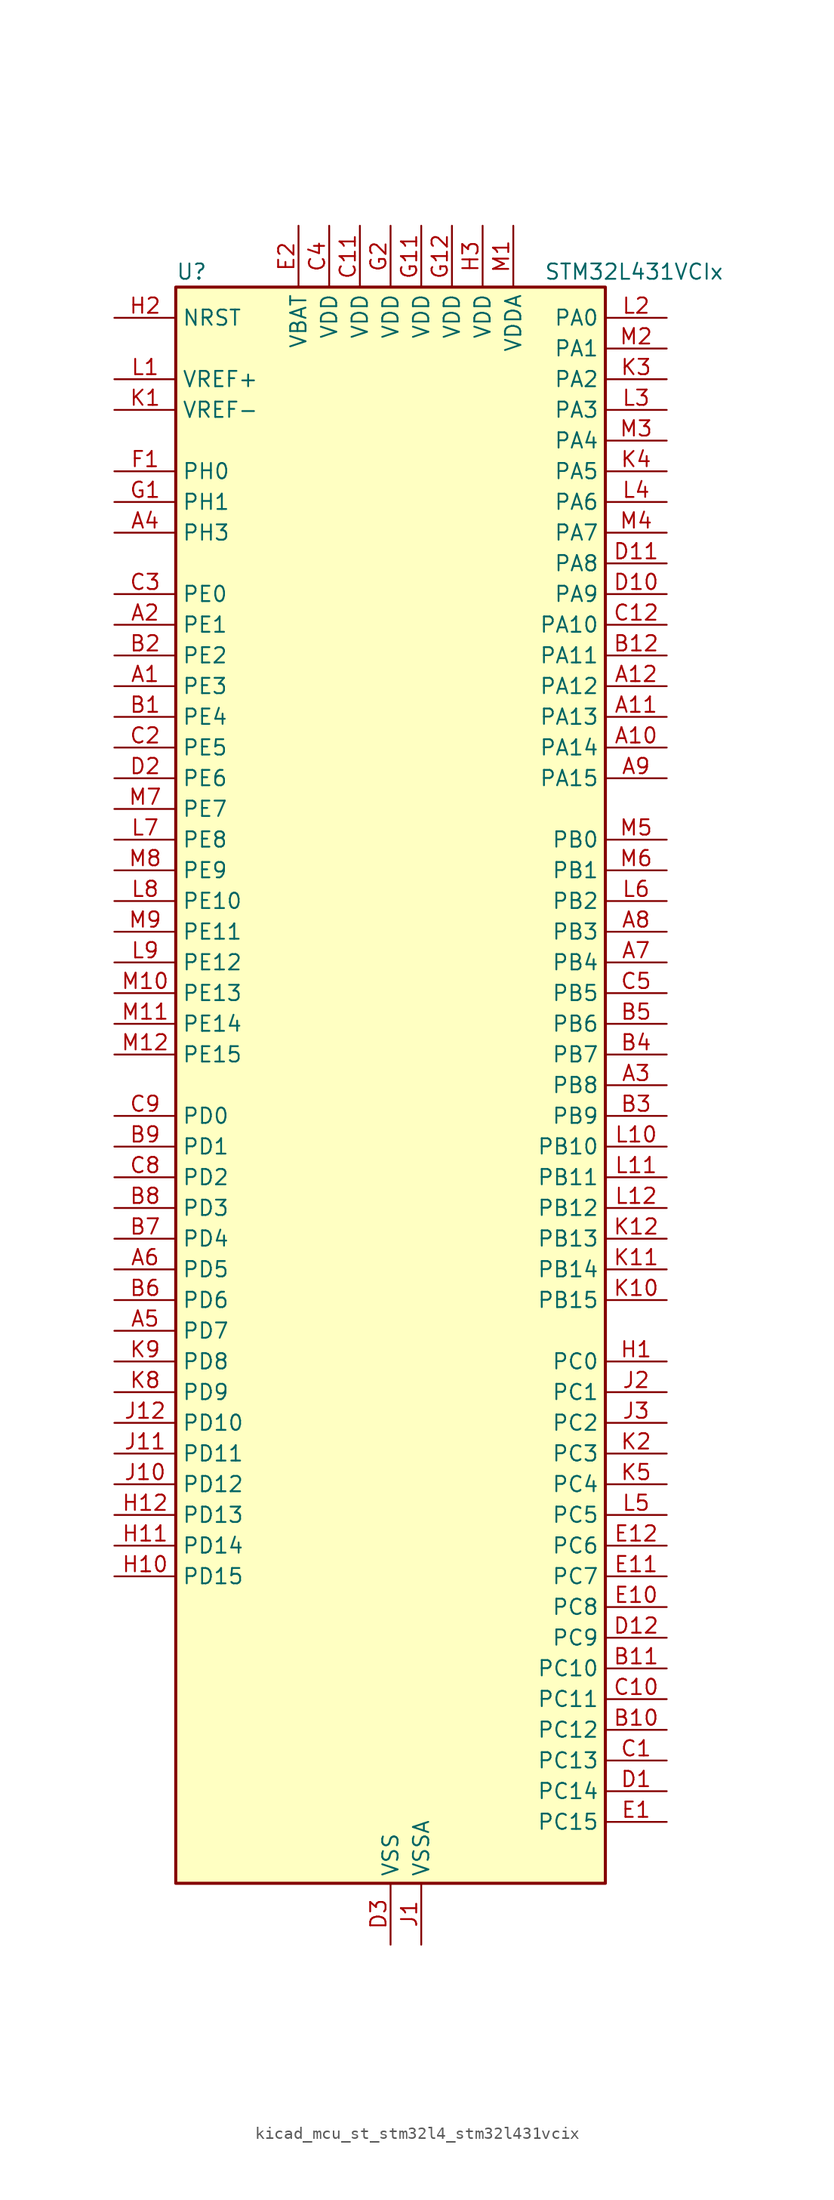
<source format=kicad_sym>
(kicad_symbol_lib
  (version 20220914)
  (generator kicad_symbol_editor)
  (symbol "kicad_mcu_st_stm32l4_stm32l431vcix"
    (property "Reference" "U"
      (at -17.78 67.31 0)
      (effects (font (size 1.27 1.27)) (justify left)))
    (property "Value" "STM32L431VCIx"
      (at 12.7 67.31 0)
      (effects (font (size 1.27 1.27)) (justify left)))
    (property "ki_locked" ""
      (at 0 0 0)
      (effects (font (size 1.27 1.27))))
    (symbol "kicad_mcu_st_stm32l4_stm32l431vcix_0_1"
      (rectangle (start -17.78 -66.04) (end 17.78 66.04) (stroke (width 0.254) (type default)) (fill (type background))))
    (symbol "kicad_mcu_st_stm32l4_stm32l431vcix_1_1"
      (pin bidirectional line (at -22.86 33.02 0) (length 5.08) (name "PE3" (effects (font (size 1.27 1.27)))) (number "A1" (effects (font (size 1.27 1.27)))) (alternate "SAI1_SD_B" bidirectional line) (alternate "SYS_TRACED0" bidirectional line) (alternate "TSC_G7_IO2" bidirectional line))
      (pin bidirectional line (at 22.86 27.94 180) (length 5.08) (name "PA14" (effects (font (size 1.27 1.27)))) (number "A10" (effects (font (size 1.27 1.27)))) (alternate "I2C1_SMBA" bidirectional line) (alternate "LPTIM1_OUT" bidirectional line) (alternate "SAI1_FS_B" bidirectional line) (alternate "SWPMI1_RX" bidirectional line) (alternate "SYS_JTCK-SWCLK" bidirectional line))
      (pin bidirectional line (at 22.86 30.48 180) (length 5.08) (name "PA13" (effects (font (size 1.27 1.27)))) (number "A11" (effects (font (size 1.27 1.27)))) (alternate "IR_OUT" bidirectional line) (alternate "SAI1_SD_B" bidirectional line) (alternate "SWPMI1_TX" bidirectional line) (alternate "SYS_JTMS-SWDIO" bidirectional line))
      (pin bidirectional line (at 22.86 33.02 180) (length 5.08) (name "PA12" (effects (font (size 1.27 1.27)))) (number "A12" (effects (font (size 1.27 1.27)))) (alternate "CAN1_TX" bidirectional line) (alternate "SPI1_MOSI" bidirectional line) (alternate "TIM1_ETR" bidirectional line) (alternate "USART1_DE" bidirectional line) (alternate "USART1_RTS" bidirectional line))
      (pin bidirectional line (at -22.86 38.1 0) (length 5.08) (name "PE1" (effects (font (size 1.27 1.27)))) (number "A2" (effects (font (size 1.27 1.27)))))
      (pin bidirectional line (at 22.86 0 180) (length 5.08) (name "PB8" (effects (font (size 1.27 1.27)))) (number "A3" (effects (font (size 1.27 1.27)))) (alternate "CAN1_RX" bidirectional line) (alternate "I2C1_SCL" bidirectional line) (alternate "SAI1_MCLK_A" bidirectional line) (alternate "SDMMC1_D4" bidirectional line) (alternate "TIM16_CH1" bidirectional line))
      (pin bidirectional line (at -22.86 45.72 0) (length 5.08) (name "PH3" (effects (font (size 1.27 1.27)))) (number "A4" (effects (font (size 1.27 1.27)))))
      (pin bidirectional line (at -22.86 -20.32 0) (length 5.08) (name "PD7" (effects (font (size 1.27 1.27)))) (number "A5" (effects (font (size 1.27 1.27)))) (alternate "QUADSPI_BK2_IO3" bidirectional line) (alternate "USART2_CK" bidirectional line))
      (pin bidirectional line (at -22.86 -15.24 0) (length 5.08) (name "PD5" (effects (font (size 1.27 1.27)))) (number "A6" (effects (font (size 1.27 1.27)))) (alternate "QUADSPI_BK2_IO1" bidirectional line) (alternate "USART2_TX" bidirectional line))
      (pin bidirectional line (at 22.86 10.16 180) (length 5.08) (name "PB4" (effects (font (size 1.27 1.27)))) (number "A7" (effects (font (size 1.27 1.27)))) (alternate "COMP2_INP" bidirectional line) (alternate "I2C3_SDA" bidirectional line) (alternate "SAI1_MCLK_B" bidirectional line) (alternate "SPI1_MISO" bidirectional line) (alternate "SPI3_MISO" bidirectional line) (alternate "SYS_JTRST" bidirectional line) (alternate "TSC_G2_IO1" bidirectional line) (alternate "USART1_CTS" bidirectional line))
      (pin bidirectional line (at 22.86 12.7 180) (length 5.08) (name "PB3" (effects (font (size 1.27 1.27)))) (number "A8" (effects (font (size 1.27 1.27)))) (alternate "COMP2_INM" bidirectional line) (alternate "SAI1_SCK_B" bidirectional line) (alternate "SPI1_SCK" bidirectional line) (alternate "SPI3_SCK" bidirectional line) (alternate "SYS_JTDO-SWO" bidirectional line) (alternate "TIM2_CH2" bidirectional line) (alternate "USART1_DE" bidirectional line) (alternate "USART1_RTS" bidirectional line))
      (pin bidirectional line (at 22.86 25.4 180) (length 5.08) (name "PA15" (effects (font (size 1.27 1.27)))) (number "A9" (effects (font (size 1.27 1.27)))) (alternate "ADC1_EXTI15" bidirectional line) (alternate "SPI1_NSS" bidirectional line) (alternate "SPI3_NSS" bidirectional line) (alternate "SWPMI1_SUSPEND" bidirectional line) (alternate "SYS_JTDI" bidirectional line) (alternate "TIM2_CH1" bidirectional line) (alternate "TIM2_ETR" bidirectional line) (alternate "TSC_G3_IO1" bidirectional line) (alternate "USART2_RX" bidirectional line) (alternate "USART3_DE" bidirectional line) (alternate "USART3_RTS" bidirectional line))
      (pin bidirectional line (at -22.86 30.48 0) (length 5.08) (name "PE4" (effects (font (size 1.27 1.27)))) (number "B1" (effects (font (size 1.27 1.27)))) (alternate "SAI1_FS_A" bidirectional line) (alternate "SYS_TRACED1" bidirectional line) (alternate "TSC_G7_IO3" bidirectional line))
      (pin bidirectional line (at 22.86 -53.34 180) (length 5.08) (name "PC12" (effects (font (size 1.27 1.27)))) (number "B10" (effects (font (size 1.27 1.27)))) (alternate "SDMMC1_CK" bidirectional line) (alternate "SPI3_MOSI" bidirectional line) (alternate "TSC_G3_IO4" bidirectional line) (alternate "USART3_CK" bidirectional line))
      (pin bidirectional line (at 22.86 -48.26 180) (length 5.08) (name "PC10" (effects (font (size 1.27 1.27)))) (number "B11" (effects (font (size 1.27 1.27)))) (alternate "SDMMC1_D2" bidirectional line) (alternate "SPI3_SCK" bidirectional line) (alternate "TSC_G3_IO2" bidirectional line) (alternate "USART3_TX" bidirectional line))
      (pin bidirectional line (at 22.86 35.56 180) (length 5.08) (name "PA11" (effects (font (size 1.27 1.27)))) (number "B12" (effects (font (size 1.27 1.27)))) (alternate "ADC1_EXTI11" bidirectional line) (alternate "CAN1_RX" bidirectional line) (alternate "COMP1_OUT" bidirectional line) (alternate "SPI1_MISO" bidirectional line) (alternate "TIM1_BKIN2" bidirectional line) (alternate "TIM1_BKIN2_COMP1" bidirectional line) (alternate "TIM1_CH4" bidirectional line) (alternate "USART1_CTS" bidirectional line))
      (pin bidirectional line (at -22.86 35.56 0) (length 5.08) (name "PE2" (effects (font (size 1.27 1.27)))) (number "B2" (effects (font (size 1.27 1.27)))) (alternate "SAI1_MCLK_A" bidirectional line) (alternate "SYS_TRACECLK" bidirectional line) (alternate "TSC_G7_IO1" bidirectional line))
      (pin bidirectional line (at 22.86 -2.54 180) (length 5.08) (name "PB9" (effects (font (size 1.27 1.27)))) (number "B3" (effects (font (size 1.27 1.27)))) (alternate "CAN1_TX" bidirectional line) (alternate "DAC1_EXTI9" bidirectional line) (alternate "I2C1_SDA" bidirectional line) (alternate "IR_OUT" bidirectional line) (alternate "SAI1_FS_A" bidirectional line) (alternate "SDMMC1_D5" bidirectional line) (alternate "SPI2_NSS" bidirectional line))
      (pin bidirectional line (at 22.86 2.54 180) (length 5.08) (name "PB7" (effects (font (size 1.27 1.27)))) (number "B4" (effects (font (size 1.27 1.27)))) (alternate "COMP2_INM" bidirectional line) (alternate "I2C1_SDA" bidirectional line) (alternate "LPTIM1_IN2" bidirectional line) (alternate "SYS_PVD_IN" bidirectional line) (alternate "TSC_G2_IO4" bidirectional line) (alternate "USART1_RX" bidirectional line))
      (pin bidirectional line (at 22.86 5.08 180) (length 5.08) (name "PB6" (effects (font (size 1.27 1.27)))) (number "B5" (effects (font (size 1.27 1.27)))) (alternate "COMP2_INP" bidirectional line) (alternate "I2C1_SCL" bidirectional line) (alternate "LPTIM1_ETR" bidirectional line) (alternate "SAI1_FS_B" bidirectional line) (alternate "TIM16_CH1N" bidirectional line) (alternate "TSC_G2_IO3" bidirectional line) (alternate "USART1_TX" bidirectional line))
      (pin bidirectional line (at -22.86 -17.78 0) (length 5.08) (name "PD6" (effects (font (size 1.27 1.27)))) (number "B6" (effects (font (size 1.27 1.27)))) (alternate "QUADSPI_BK2_IO2" bidirectional line) (alternate "SAI1_SD_A" bidirectional line) (alternate "USART2_RX" bidirectional line))
      (pin bidirectional line (at -22.86 -12.7 0) (length 5.08) (name "PD4" (effects (font (size 1.27 1.27)))) (number "B7" (effects (font (size 1.27 1.27)))) (alternate "QUADSPI_BK2_IO0" bidirectional line) (alternate "SPI2_MOSI" bidirectional line) (alternate "USART2_DE" bidirectional line) (alternate "USART2_RTS" bidirectional line))
      (pin bidirectional line (at -22.86 -10.16 0) (length 5.08) (name "PD3" (effects (font (size 1.27 1.27)))) (number "B8" (effects (font (size 1.27 1.27)))) (alternate "QUADSPI_BK2_NCS" bidirectional line) (alternate "SPI2_MISO" bidirectional line) (alternate "USART2_CTS" bidirectional line))
      (pin bidirectional line (at -22.86 -5.08 0) (length 5.08) (name "PD1" (effects (font (size 1.27 1.27)))) (number "B9" (effects (font (size 1.27 1.27)))) (alternate "CAN1_TX" bidirectional line) (alternate "SPI2_SCK" bidirectional line))
      (pin bidirectional line (at 22.86 -55.88 180) (length 5.08) (name "PC13" (effects (font (size 1.27 1.27)))) (number "C1" (effects (font (size 1.27 1.27)))) (alternate "RTC_OUT_ALARM" bidirectional line) (alternate "RTC_OUT_CALIB" bidirectional line) (alternate "RTC_TAMP1" bidirectional line) (alternate "RTC_TS" bidirectional line) (alternate "SYS_WKUP2" bidirectional line))
      (pin bidirectional line (at 22.86 -50.8 180) (length 5.08) (name "PC11" (effects (font (size 1.27 1.27)))) (number "C10" (effects (font (size 1.27 1.27)))) (alternate "ADC1_EXTI11" bidirectional line) (alternate "SDMMC1_D3" bidirectional line) (alternate "SPI3_MISO" bidirectional line) (alternate "TSC_G3_IO3" bidirectional line) (alternate "USART3_RX" bidirectional line))
      (pin power_in line (at -2.54 71.12 270) (length 5.08) (name "VDD" (effects (font (size 1.27 1.27)))) (number "C11" (effects (font (size 1.27 1.27)))))
      (pin bidirectional line (at 22.86 38.1 180) (length 5.08) (name "PA10" (effects (font (size 1.27 1.27)))) (number "C12" (effects (font (size 1.27 1.27)))) (alternate "I2C1_SDA" bidirectional line) (alternate "SAI1_SD_A" bidirectional line) (alternate "TIM1_CH3" bidirectional line) (alternate "USART1_RX" bidirectional line))
      (pin bidirectional line (at -22.86 27.94 0) (length 5.08) (name "PE5" (effects (font (size 1.27 1.27)))) (number "C2" (effects (font (size 1.27 1.27)))) (alternate "SAI1_SCK_A" bidirectional line) (alternate "SYS_TRACED2" bidirectional line) (alternate "TSC_G7_IO4" bidirectional line))
      (pin bidirectional line (at -22.86 40.64 0) (length 5.08) (name "PE0" (effects (font (size 1.27 1.27)))) (number "C3" (effects (font (size 1.27 1.27)))) (alternate "TIM16_CH1" bidirectional line))
      (pin power_in line (at -5.08 71.12 270) (length 5.08) (name "VDD" (effects (font (size 1.27 1.27)))) (number "C4" (effects (font (size 1.27 1.27)))))
      (pin bidirectional line (at 22.86 7.62 180) (length 5.08) (name "PB5" (effects (font (size 1.27 1.27)))) (number "C5" (effects (font (size 1.27 1.27)))) (alternate "COMP2_OUT" bidirectional line) (alternate "I2C1_SMBA" bidirectional line) (alternate "LPTIM1_IN1" bidirectional line) (alternate "SAI1_SD_B" bidirectional line) (alternate "SPI1_MOSI" bidirectional line) (alternate "SPI3_MOSI" bidirectional line) (alternate "TIM16_BKIN" bidirectional line) (alternate "TSC_G2_IO2" bidirectional line) (alternate "USART1_CK" bidirectional line))
      (pin bidirectional line (at -22.86 -7.62 0) (length 5.08) (name "PD2" (effects (font (size 1.27 1.27)))) (number "C8" (effects (font (size 1.27 1.27)))) (alternate "SDMMC1_CMD" bidirectional line) (alternate "TSC_SYNC" bidirectional line) (alternate "USART3_DE" bidirectional line) (alternate "USART3_RTS" bidirectional line))
      (pin bidirectional line (at -22.86 -2.54 0) (length 5.08) (name "PD0" (effects (font (size 1.27 1.27)))) (number "C9" (effects (font (size 1.27 1.27)))) (alternate "CAN1_RX" bidirectional line) (alternate "SPI2_NSS" bidirectional line))
      (pin bidirectional line (at 22.86 -58.42 180) (length 5.08) (name "PC14" (effects (font (size 1.27 1.27)))) (number "D1" (effects (font (size 1.27 1.27)))) (alternate "RCC_OSC32_IN" bidirectional line))
      (pin bidirectional line (at 22.86 40.64 180) (length 5.08) (name "PA9" (effects (font (size 1.27 1.27)))) (number "D10" (effects (font (size 1.27 1.27)))) (alternate "DAC1_EXTI9" bidirectional line) (alternate "I2C1_SCL" bidirectional line) (alternate "SAI1_FS_A" bidirectional line) (alternate "TIM15_BKIN" bidirectional line) (alternate "TIM1_CH2" bidirectional line) (alternate "USART1_TX" bidirectional line))
      (pin bidirectional line (at 22.86 43.18 180) (length 5.08) (name "PA8" (effects (font (size 1.27 1.27)))) (number "D11" (effects (font (size 1.27 1.27)))) (alternate "LPTIM2_OUT" bidirectional line) (alternate "RCC_MCO" bidirectional line) (alternate "SAI1_SCK_A" bidirectional line) (alternate "SWPMI1_IO" bidirectional line) (alternate "TIM1_CH1" bidirectional line) (alternate "USART1_CK" bidirectional line))
      (pin bidirectional line (at 22.86 -45.72 180) (length 5.08) (name "PC9" (effects (font (size 1.27 1.27)))) (number "D12" (effects (font (size 1.27 1.27)))) (alternate "DAC1_EXTI9" bidirectional line) (alternate "SDMMC1_D1" bidirectional line) (alternate "TSC_G4_IO4" bidirectional line))
      (pin bidirectional line (at -22.86 25.4 0) (length 5.08) (name "PE6" (effects (font (size 1.27 1.27)))) (number "D2" (effects (font (size 1.27 1.27)))) (alternate "RTC_TAMP3" bidirectional line) (alternate "SAI1_SD_A" bidirectional line) (alternate "SYS_TRACED3" bidirectional line) (alternate "SYS_WKUP3" bidirectional line))
      (pin power_in line (at 0 -71.12 90) (length 5.08) (name "VSS" (effects (font (size 1.27 1.27)))) (number "D3" (effects (font (size 1.27 1.27)))))
      (pin bidirectional line (at 22.86 -60.96 180) (length 5.08) (name "PC15" (effects (font (size 1.27 1.27)))) (number "E1" (effects (font (size 1.27 1.27)))) (alternate "ADC1_EXTI15" bidirectional line) (alternate "RCC_OSC32_OUT" bidirectional line))
      (pin bidirectional line (at 22.86 -43.18 180) (length 5.08) (name "PC8" (effects (font (size 1.27 1.27)))) (number "E10" (effects (font (size 1.27 1.27)))) (alternate "SDMMC1_D0" bidirectional line) (alternate "TSC_G4_IO3" bidirectional line))
      (pin bidirectional line (at 22.86 -40.64 180) (length 5.08) (name "PC7" (effects (font (size 1.27 1.27)))) (number "E11" (effects (font (size 1.27 1.27)))) (alternate "SDMMC1_D7" bidirectional line) (alternate "TSC_G4_IO2" bidirectional line))
      (pin bidirectional line (at 22.86 -38.1 180) (length 5.08) (name "PC6" (effects (font (size 1.27 1.27)))) (number "E12" (effects (font (size 1.27 1.27)))) (alternate "SDMMC1_D6" bidirectional line) (alternate "TSC_G4_IO1" bidirectional line))
      (pin power_in line (at -7.62 71.12 270) (length 5.08) (name "VBAT" (effects (font (size 1.27 1.27)))) (number "E2" (effects (font (size 1.27 1.27)))))
      (pin passive line (at 0 -71.12 90) (length 5.08) hide (name "VSS" (effects (font (size 1.27 1.27)))) (number "E3" (effects (font (size 1.27 1.27)))))
      (pin bidirectional line (at -22.86 50.8 0) (length 5.08) (name "PH0" (effects (font (size 1.27 1.27)))) (number "F1" (effects (font (size 1.27 1.27)))) (alternate "RCC_OSC_IN" bidirectional line))
      (pin passive line (at 0 -71.12 90) (length 5.08) hide (name "VSS" (effects (font (size 1.27 1.27)))) (number "F11" (effects (font (size 1.27 1.27)))))
      (pin passive line (at 0 -71.12 90) (length 5.08) hide (name "VSS" (effects (font (size 1.27 1.27)))) (number "F12" (effects (font (size 1.27 1.27)))))
      (pin passive line (at 0 -71.12 90) (length 5.08) hide (name "VSS" (effects (font (size 1.27 1.27)))) (number "F2" (effects (font (size 1.27 1.27)))))
      (pin bidirectional line (at -22.86 48.26 0) (length 5.08) (name "PH1" (effects (font (size 1.27 1.27)))) (number "G1" (effects (font (size 1.27 1.27)))) (alternate "RCC_OSC_OUT" bidirectional line))
      (pin power_in line (at 2.54 71.12 270) (length 5.08) (name "VDD" (effects (font (size 1.27 1.27)))) (number "G11" (effects (font (size 1.27 1.27)))))
      (pin power_in line (at 5.08 71.12 270) (length 5.08) (name "VDD" (effects (font (size 1.27 1.27)))) (number "G12" (effects (font (size 1.27 1.27)))))
      (pin power_in line (at 0 71.12 270) (length 5.08) (name "VDD" (effects (font (size 1.27 1.27)))) (number "G2" (effects (font (size 1.27 1.27)))))
      (pin bidirectional line (at 22.86 -22.86 180) (length 5.08) (name "PC0" (effects (font (size 1.27 1.27)))) (number "H1" (effects (font (size 1.27 1.27)))) (alternate "ADC1_IN1" bidirectional line) (alternate "I2C3_SCL" bidirectional line) (alternate "LPTIM1_IN1" bidirectional line) (alternate "LPTIM2_IN1" bidirectional line) (alternate "LPUART1_RX" bidirectional line))
      (pin bidirectional line (at -22.86 -40.64 0) (length 5.08) (name "PD15" (effects (font (size 1.27 1.27)))) (number "H10" (effects (font (size 1.27 1.27)))) (alternate "ADC1_EXTI15" bidirectional line))
      (pin bidirectional line (at -22.86 -38.1 0) (length 5.08) (name "PD14" (effects (font (size 1.27 1.27)))) (number "H11" (effects (font (size 1.27 1.27)))))
      (pin bidirectional line (at -22.86 -35.56 0) (length 5.08) (name "PD13" (effects (font (size 1.27 1.27)))) (number "H12" (effects (font (size 1.27 1.27)))) (alternate "LPTIM2_OUT" bidirectional line) (alternate "TSC_G6_IO4" bidirectional line))
      (pin input line (at -22.86 63.5 0) (length 5.08) (name "NRST" (effects (font (size 1.27 1.27)))) (number "H2" (effects (font (size 1.27 1.27)))))
      (pin power_in line (at 7.62 71.12 270) (length 5.08) (name "VDD" (effects (font (size 1.27 1.27)))) (number "H3" (effects (font (size 1.27 1.27)))))
      (pin power_in line (at 2.54 -71.12 90) (length 5.08) (name "VSSA" (effects (font (size 1.27 1.27)))) (number "J1" (effects (font (size 1.27 1.27)))))
      (pin bidirectional line (at -22.86 -33.02 0) (length 5.08) (name "PD12" (effects (font (size 1.27 1.27)))) (number "J10" (effects (font (size 1.27 1.27)))) (alternate "LPTIM2_IN1" bidirectional line) (alternate "TSC_G6_IO3" bidirectional line) (alternate "USART3_DE" bidirectional line) (alternate "USART3_RTS" bidirectional line))
      (pin bidirectional line (at -22.86 -30.48 0) (length 5.08) (name "PD11" (effects (font (size 1.27 1.27)))) (number "J11" (effects (font (size 1.27 1.27)))) (alternate "ADC1_EXTI11" bidirectional line) (alternate "LPTIM2_ETR" bidirectional line) (alternate "TSC_G6_IO2" bidirectional line) (alternate "USART3_CTS" bidirectional line))
      (pin bidirectional line (at -22.86 -27.94 0) (length 5.08) (name "PD10" (effects (font (size 1.27 1.27)))) (number "J12" (effects (font (size 1.27 1.27)))) (alternate "TSC_G6_IO1" bidirectional line) (alternate "USART3_CK" bidirectional line))
      (pin bidirectional line (at 22.86 -25.4 180) (length 5.08) (name "PC1" (effects (font (size 1.27 1.27)))) (number "J2" (effects (font (size 1.27 1.27)))) (alternate "ADC1_IN2" bidirectional line) (alternate "I2C3_SDA" bidirectional line) (alternate "LPTIM1_OUT" bidirectional line) (alternate "LPUART1_TX" bidirectional line))
      (pin bidirectional line (at 22.86 -27.94 180) (length 5.08) (name "PC2" (effects (font (size 1.27 1.27)))) (number "J3" (effects (font (size 1.27 1.27)))) (alternate "ADC1_IN3" bidirectional line) (alternate "LPTIM1_IN2" bidirectional line) (alternate "SPI2_MISO" bidirectional line))
      (pin input line (at -22.86 55.88 0) (length 5.08) (name "VREF-" (effects (font (size 1.27 1.27)))) (number "K1" (effects (font (size 1.27 1.27)))))
      (pin bidirectional line (at 22.86 -17.78 180) (length 5.08) (name "PB15" (effects (font (size 1.27 1.27)))) (number "K10" (effects (font (size 1.27 1.27)))) (alternate "ADC1_EXTI15" bidirectional line) (alternate "RTC_REFIN" bidirectional line) (alternate "SAI1_SD_A" bidirectional line) (alternate "SPI2_MOSI" bidirectional line) (alternate "SWPMI1_SUSPEND" bidirectional line) (alternate "TIM15_CH2" bidirectional line) (alternate "TIM1_CH3N" bidirectional line) (alternate "TSC_G1_IO4" bidirectional line))
      (pin bidirectional line (at 22.86 -15.24 180) (length 5.08) (name "PB14" (effects (font (size 1.27 1.27)))) (number "K11" (effects (font (size 1.27 1.27)))) (alternate "I2C2_SDA" bidirectional line) (alternate "SAI1_MCLK_A" bidirectional line) (alternate "SPI2_MISO" bidirectional line) (alternate "SWPMI1_RX" bidirectional line) (alternate "TIM15_CH1" bidirectional line) (alternate "TIM1_CH2N" bidirectional line) (alternate "TSC_G1_IO3" bidirectional line) (alternate "USART3_DE" bidirectional line) (alternate "USART3_RTS" bidirectional line))
      (pin bidirectional line (at 22.86 -12.7 180) (length 5.08) (name "PB13" (effects (font (size 1.27 1.27)))) (number "K12" (effects (font (size 1.27 1.27)))) (alternate "I2C2_SCL" bidirectional line) (alternate "LPUART1_CTS" bidirectional line) (alternate "SAI1_SCK_A" bidirectional line) (alternate "SPI2_SCK" bidirectional line) (alternate "SWPMI1_TX" bidirectional line) (alternate "TIM15_CH1N" bidirectional line) (alternate "TIM1_CH1N" bidirectional line) (alternate "TSC_G1_IO2" bidirectional line) (alternate "USART3_CTS" bidirectional line))
      (pin bidirectional line (at 22.86 -30.48 180) (length 5.08) (name "PC3" (effects (font (size 1.27 1.27)))) (number "K2" (effects (font (size 1.27 1.27)))) (alternate "ADC1_IN4" bidirectional line) (alternate "LPTIM1_ETR" bidirectional line) (alternate "LPTIM2_ETR" bidirectional line) (alternate "SAI1_SD_A" bidirectional line) (alternate "SPI2_MOSI" bidirectional line))
      (pin bidirectional line (at 22.86 58.42 180) (length 5.08) (name "PA2" (effects (font (size 1.27 1.27)))) (number "K3" (effects (font (size 1.27 1.27)))) (alternate "ADC1_IN7" bidirectional line) (alternate "COMP2_INM" bidirectional line) (alternate "COMP2_OUT" bidirectional line) (alternate "LPUART1_TX" bidirectional line) (alternate "QUADSPI_BK1_NCS" bidirectional line) (alternate "RCC_LSCO" bidirectional line) (alternate "SYS_WKUP4" bidirectional line) (alternate "TIM15_CH1" bidirectional line) (alternate "TIM2_CH3" bidirectional line) (alternate "USART2_TX" bidirectional line))
      (pin bidirectional line (at 22.86 50.8 180) (length 5.08) (name "PA5" (effects (font (size 1.27 1.27)))) (number "K4" (effects (font (size 1.27 1.27)))) (alternate "ADC1_IN10" bidirectional line) (alternate "COMP1_INM" bidirectional line) (alternate "COMP2_INM" bidirectional line) (alternate "DAC1_OUT2" bidirectional line) (alternate "LPTIM2_ETR" bidirectional line) (alternate "SPI1_SCK" bidirectional line) (alternate "TIM2_CH1" bidirectional line) (alternate "TIM2_ETR" bidirectional line))
      (pin bidirectional line (at 22.86 -33.02 180) (length 5.08) (name "PC4" (effects (font (size 1.27 1.27)))) (number "K5" (effects (font (size 1.27 1.27)))) (alternate "ADC1_IN13" bidirectional line) (alternate "COMP1_INM" bidirectional line) (alternate "USART3_TX" bidirectional line))
      (pin bidirectional line (at -22.86 -25.4 0) (length 5.08) (name "PD9" (effects (font (size 1.27 1.27)))) (number "K8" (effects (font (size 1.27 1.27)))) (alternate "DAC1_EXTI9" bidirectional line) (alternate "USART3_RX" bidirectional line))
      (pin bidirectional line (at -22.86 -22.86 0) (length 5.08) (name "PD8" (effects (font (size 1.27 1.27)))) (number "K9" (effects (font (size 1.27 1.27)))) (alternate "USART3_TX" bidirectional line))
      (pin input line (at -22.86 58.42 0) (length 5.08) (name "VREF+" (effects (font (size 1.27 1.27)))) (number "L1" (effects (font (size 1.27 1.27)))) (alternate "VREFBUF_OUT" bidirectional line))
      (pin bidirectional line (at 22.86 -5.08 180) (length 5.08) (name "PB10" (effects (font (size 1.27 1.27)))) (number "L10" (effects (font (size 1.27 1.27)))) (alternate "COMP1_OUT" bidirectional line) (alternate "I2C2_SCL" bidirectional line) (alternate "LPUART1_RX" bidirectional line) (alternate "QUADSPI_CLK" bidirectional line) (alternate "SAI1_SCK_A" bidirectional line) (alternate "SPI2_SCK" bidirectional line) (alternate "TIM2_CH3" bidirectional line) (alternate "TSC_SYNC" bidirectional line) (alternate "USART3_TX" bidirectional line))
      (pin bidirectional line (at 22.86 -7.62 180) (length 5.08) (name "PB11" (effects (font (size 1.27 1.27)))) (number "L11" (effects (font (size 1.27 1.27)))) (alternate "ADC1_EXTI11" bidirectional line) (alternate "COMP2_OUT" bidirectional line) (alternate "I2C2_SDA" bidirectional line) (alternate "LPUART1_TX" bidirectional line) (alternate "QUADSPI_BK1_NCS" bidirectional line) (alternate "TIM2_CH4" bidirectional line) (alternate "USART3_RX" bidirectional line))
      (pin bidirectional line (at 22.86 -10.16 180) (length 5.08) (name "PB12" (effects (font (size 1.27 1.27)))) (number "L12" (effects (font (size 1.27 1.27)))) (alternate "I2C2_SMBA" bidirectional line) (alternate "LPUART1_DE" bidirectional line) (alternate "LPUART1_RTS" bidirectional line) (alternate "SAI1_FS_A" bidirectional line) (alternate "SPI2_NSS" bidirectional line) (alternate "SWPMI1_IO" bidirectional line) (alternate "TIM15_BKIN" bidirectional line) (alternate "TIM1_BKIN" bidirectional line) (alternate "TIM1_BKIN_COMP2" bidirectional line) (alternate "TSC_G1_IO1" bidirectional line) (alternate "USART3_CK" bidirectional line))
      (pin bidirectional line (at 22.86 63.5 180) (length 5.08) (name "PA0" (effects (font (size 1.27 1.27)))) (number "L2" (effects (font (size 1.27 1.27)))) (alternate "ADC1_IN5" bidirectional line) (alternate "COMP1_INM" bidirectional line) (alternate "COMP1_OUT" bidirectional line) (alternate "OPAMP1_VINP" bidirectional line) (alternate "RTC_TAMP2" bidirectional line) (alternate "SAI1_EXTCLK" bidirectional line) (alternate "SYS_WKUP1" bidirectional line) (alternate "TIM2_CH1" bidirectional line) (alternate "TIM2_ETR" bidirectional line) (alternate "USART2_CTS" bidirectional line))
      (pin bidirectional line (at 22.86 55.88 180) (length 5.08) (name "PA3" (effects (font (size 1.27 1.27)))) (number "L3" (effects (font (size 1.27 1.27)))) (alternate "ADC1_IN8" bidirectional line) (alternate "COMP2_INP" bidirectional line) (alternate "LPUART1_RX" bidirectional line) (alternate "OPAMP1_VOUT" bidirectional line) (alternate "QUADSPI_CLK" bidirectional line) (alternate "SAI1_MCLK_A" bidirectional line) (alternate "TIM15_CH2" bidirectional line) (alternate "TIM2_CH4" bidirectional line) (alternate "USART2_RX" bidirectional line))
      (pin bidirectional line (at 22.86 48.26 180) (length 5.08) (name "PA6" (effects (font (size 1.27 1.27)))) (number "L4" (effects (font (size 1.27 1.27)))) (alternate "ADC1_IN11" bidirectional line) (alternate "COMP1_OUT" bidirectional line) (alternate "LPUART1_CTS" bidirectional line) (alternate "QUADSPI_BK1_IO3" bidirectional line) (alternate "SPI1_MISO" bidirectional line) (alternate "TIM16_CH1" bidirectional line) (alternate "TIM1_BKIN" bidirectional line) (alternate "TIM1_BKIN_COMP2" bidirectional line) (alternate "USART3_CTS" bidirectional line))
      (pin bidirectional line (at 22.86 -35.56 180) (length 5.08) (name "PC5" (effects (font (size 1.27 1.27)))) (number "L5" (effects (font (size 1.27 1.27)))) (alternate "ADC1_IN14" bidirectional line) (alternate "COMP1_INP" bidirectional line) (alternate "SYS_WKUP5" bidirectional line) (alternate "USART3_RX" bidirectional line))
      (pin bidirectional line (at 22.86 15.24 180) (length 5.08) (name "PB2" (effects (font (size 1.27 1.27)))) (number "L6" (effects (font (size 1.27 1.27)))) (alternate "COMP1_INP" bidirectional line) (alternate "I2C3_SMBA" bidirectional line) (alternate "LPTIM1_OUT" bidirectional line) (alternate "RTC_OUT_ALARM" bidirectional line) (alternate "RTC_OUT_CALIB" bidirectional line))
      (pin bidirectional line (at -22.86 20.32 0) (length 5.08) (name "PE8" (effects (font (size 1.27 1.27)))) (number "L7" (effects (font (size 1.27 1.27)))) (alternate "SAI1_SCK_B" bidirectional line) (alternate "TIM1_CH1N" bidirectional line))
      (pin bidirectional line (at -22.86 15.24 0) (length 5.08) (name "PE10" (effects (font (size 1.27 1.27)))) (number "L8" (effects (font (size 1.27 1.27)))) (alternate "QUADSPI_CLK" bidirectional line) (alternate "SAI1_MCLK_B" bidirectional line) (alternate "TIM1_CH2N" bidirectional line) (alternate "TSC_G5_IO1" bidirectional line))
      (pin bidirectional line (at -22.86 10.16 0) (length 5.08) (name "PE12" (effects (font (size 1.27 1.27)))) (number "L9" (effects (font (size 1.27 1.27)))) (alternate "QUADSPI_BK1_IO0" bidirectional line) (alternate "SPI1_NSS" bidirectional line) (alternate "TIM1_CH3N" bidirectional line) (alternate "TSC_G5_IO3" bidirectional line))
      (pin power_in line (at 10.16 71.12 270) (length 5.08) (name "VDDA" (effects (font (size 1.27 1.27)))) (number "M1" (effects (font (size 1.27 1.27)))))
      (pin bidirectional line (at -22.86 7.62 0) (length 5.08) (name "PE13" (effects (font (size 1.27 1.27)))) (number "M10" (effects (font (size 1.27 1.27)))) (alternate "QUADSPI_BK1_IO1" bidirectional line) (alternate "SPI1_SCK" bidirectional line) (alternate "TIM1_CH3" bidirectional line) (alternate "TSC_G5_IO4" bidirectional line))
      (pin bidirectional line (at -22.86 5.08 0) (length 5.08) (name "PE14" (effects (font (size 1.27 1.27)))) (number "M11" (effects (font (size 1.27 1.27)))) (alternate "QUADSPI_BK1_IO2" bidirectional line) (alternate "SPI1_MISO" bidirectional line) (alternate "TIM1_BKIN2" bidirectional line) (alternate "TIM1_BKIN2_COMP2" bidirectional line) (alternate "TIM1_CH4" bidirectional line))
      (pin bidirectional line (at -22.86 2.54 0) (length 5.08) (name "PE15" (effects (font (size 1.27 1.27)))) (number "M12" (effects (font (size 1.27 1.27)))) (alternate "ADC1_EXTI15" bidirectional line) (alternate "QUADSPI_BK1_IO3" bidirectional line) (alternate "SPI1_MOSI" bidirectional line) (alternate "TIM1_BKIN" bidirectional line) (alternate "TIM1_BKIN_COMP1" bidirectional line))
      (pin bidirectional line (at 22.86 60.96 180) (length 5.08) (name "PA1" (effects (font (size 1.27 1.27)))) (number "M2" (effects (font (size 1.27 1.27)))) (alternate "ADC1_IN6" bidirectional line) (alternate "COMP1_INP" bidirectional line) (alternate "I2C1_SMBA" bidirectional line) (alternate "OPAMP1_VINM" bidirectional line) (alternate "SPI1_SCK" bidirectional line) (alternate "TIM15_CH1N" bidirectional line) (alternate "TIM2_CH2" bidirectional line) (alternate "USART2_DE" bidirectional line) (alternate "USART2_RTS" bidirectional line))
      (pin bidirectional line (at 22.86 53.34 180) (length 5.08) (name "PA4" (effects (font (size 1.27 1.27)))) (number "M3" (effects (font (size 1.27 1.27)))) (alternate "ADC1_IN9" bidirectional line) (alternate "COMP1_INM" bidirectional line) (alternate "COMP2_INM" bidirectional line) (alternate "DAC1_OUT1" bidirectional line) (alternate "LPTIM2_OUT" bidirectional line) (alternate "SAI1_FS_B" bidirectional line) (alternate "SPI1_NSS" bidirectional line) (alternate "SPI3_NSS" bidirectional line) (alternate "USART2_CK" bidirectional line))
      (pin bidirectional line (at 22.86 45.72 180) (length 5.08) (name "PA7" (effects (font (size 1.27 1.27)))) (number "M4" (effects (font (size 1.27 1.27)))) (alternate "ADC1_IN12" bidirectional line) (alternate "COMP2_OUT" bidirectional line) (alternate "I2C3_SCL" bidirectional line) (alternate "QUADSPI_BK1_IO2" bidirectional line) (alternate "SPI1_MOSI" bidirectional line) (alternate "TIM1_CH1N" bidirectional line))
      (pin bidirectional line (at 22.86 20.32 180) (length 5.08) (name "PB0" (effects (font (size 1.27 1.27)))) (number "M5" (effects (font (size 1.27 1.27)))) (alternate "ADC1_IN15" bidirectional line) (alternate "COMP1_OUT" bidirectional line) (alternate "QUADSPI_BK1_IO1" bidirectional line) (alternate "SAI1_EXTCLK" bidirectional line) (alternate "SPI1_NSS" bidirectional line) (alternate "TIM1_CH2N" bidirectional line) (alternate "USART3_CK" bidirectional line))
      (pin bidirectional line (at 22.86 17.78 180) (length 5.08) (name "PB1" (effects (font (size 1.27 1.27)))) (number "M6" (effects (font (size 1.27 1.27)))) (alternate "ADC1_IN16" bidirectional line) (alternate "COMP1_INM" bidirectional line) (alternate "LPTIM2_IN1" bidirectional line) (alternate "LPUART1_DE" bidirectional line) (alternate "LPUART1_RTS" bidirectional line) (alternate "QUADSPI_BK1_IO0" bidirectional line) (alternate "TIM1_CH3N" bidirectional line) (alternate "USART3_DE" bidirectional line) (alternate "USART3_RTS" bidirectional line))
      (pin bidirectional line (at -22.86 22.86 0) (length 5.08) (name "PE7" (effects (font (size 1.27 1.27)))) (number "M7" (effects (font (size 1.27 1.27)))) (alternate "SAI1_SD_B" bidirectional line) (alternate "TIM1_ETR" bidirectional line))
      (pin bidirectional line (at -22.86 17.78 0) (length 5.08) (name "PE9" (effects (font (size 1.27 1.27)))) (number "M8" (effects (font (size 1.27 1.27)))) (alternate "DAC1_EXTI9" bidirectional line) (alternate "SAI1_FS_B" bidirectional line) (alternate "TIM1_CH1" bidirectional line))
      (pin bidirectional line (at -22.86 12.7 0) (length 5.08) (name "PE11" (effects (font (size 1.27 1.27)))) (number "M9" (effects (font (size 1.27 1.27)))) (alternate "ADC1_EXTI11" bidirectional line) (alternate "QUADSPI_BK1_NCS" bidirectional line) (alternate "TIM1_CH2" bidirectional line) (alternate "TSC_G5_IO2" bidirectional line)))))
</source>
